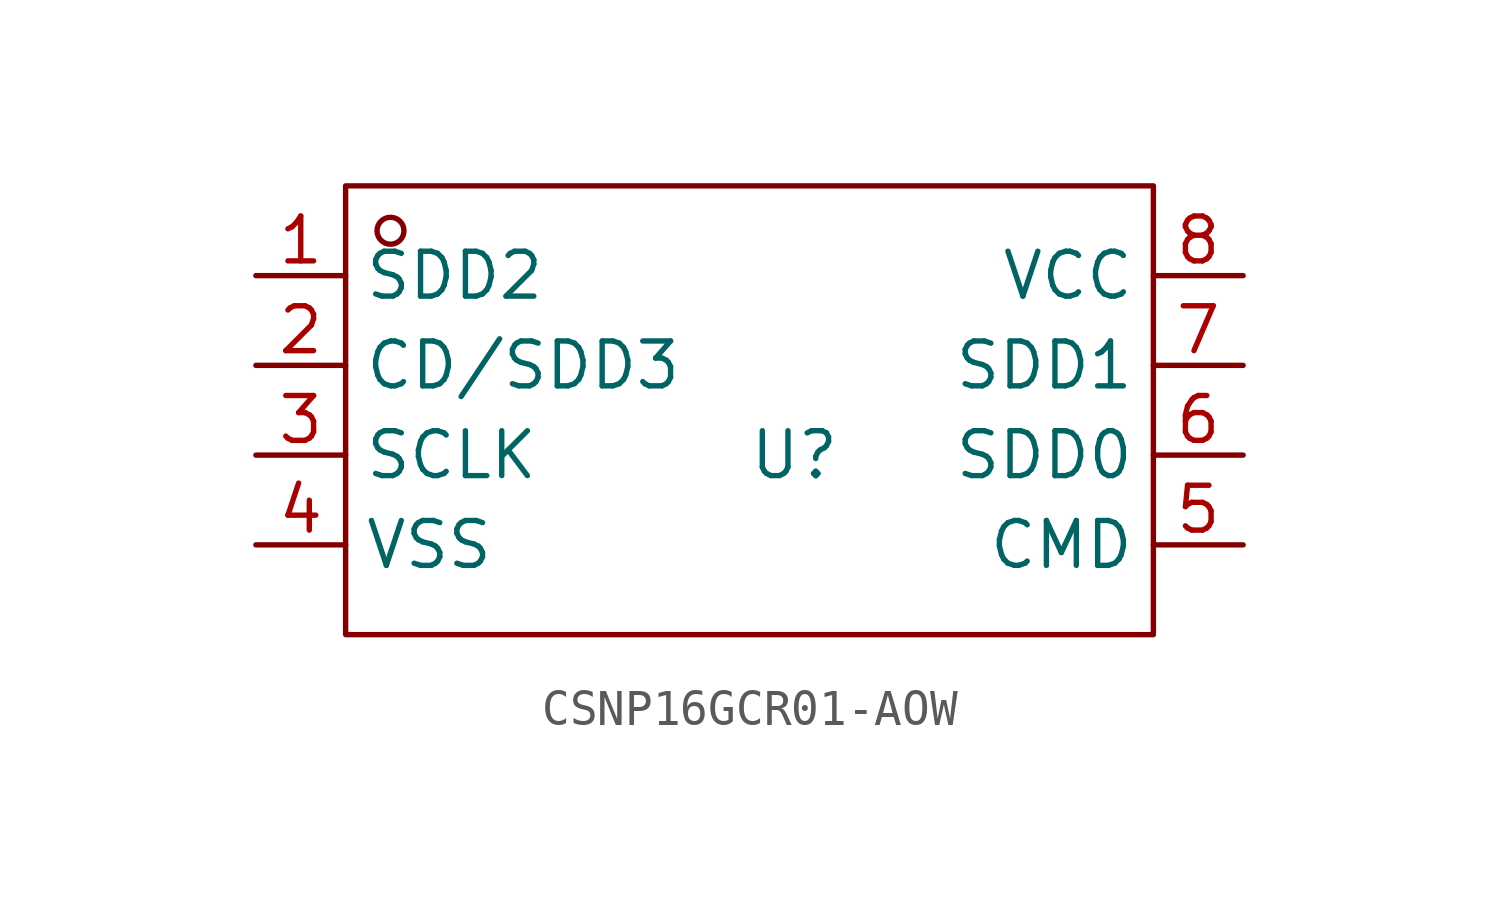
<source format=kicad_sym>
(kicad_symbol_lib
  (version 20241209)
  (generator "kicad_symbol_editor")
  (generator_version "9.0")
  (symbol "CSNP16GCR01-AOW"
    (property "Reference" "U"
      (at 0 0 0)
      (effects (font (size 1.27 1.27))))
    (property "Value" ""
      (at 0 0 0)
      (effects (font (size 1.27 1.27))))
    (symbol "CSNP16GCR01-AOW_1_0"
      (rectangle (start -12.7 -5.08) (end 10.16 7.62) (stroke (width 0) (type default)) (fill (type none)))
      (circle (center -11.43 6.35) (radius 0.381) (stroke (width 0) (type default)) (fill (type none)))
      (pin unspecified line (at -15.24 5.08 0) (length 2.54) (name "SDD2" (effects (font (size 1.27 1.27)))) (number "1" (effects (font (size 1.27 1.27)))))
      (pin unspecified line (at -15.24 2.54 0) (length 2.54) (name "CD/SDD3" (effects (font (size 1.27 1.27)))) (number "2" (effects (font (size 1.27 1.27)))))
      (pin unspecified line (at -15.24 0 0) (length 2.54) (name "SCLK" (effects (font (size 1.27 1.27)))) (number "3" (effects (font (size 1.27 1.27)))))
      (pin unspecified line (at -15.24 -2.54 0) (length 2.54) (name "VSS" (effects (font (size 1.27 1.27)))) (number "4" (effects (font (size 1.27 1.27)))))
      (pin unspecified line (at 12.7 5.08 180) (length 2.54) (name "VCC" (effects (font (size 1.27 1.27)))) (number "8" (effects (font (size 1.27 1.27)))))
      (pin unspecified line (at 12.7 2.54 180) (length 2.54) (name "SDD1" (effects (font (size 1.27 1.27)))) (number "7" (effects (font (size 1.27 1.27)))))
      (pin unspecified line (at 12.7 0 180) (length 2.54) (name "SDD0" (effects (font (size 1.27 1.27)))) (number "6" (effects (font (size 1.27 1.27)))))
      (pin unspecified line (at 12.7 -2.54 180) (length 2.54) (name "CMD" (effects (font (size 1.27 1.27)))) (number "5" (effects (font (size 1.27 1.27))))))))
</source>
